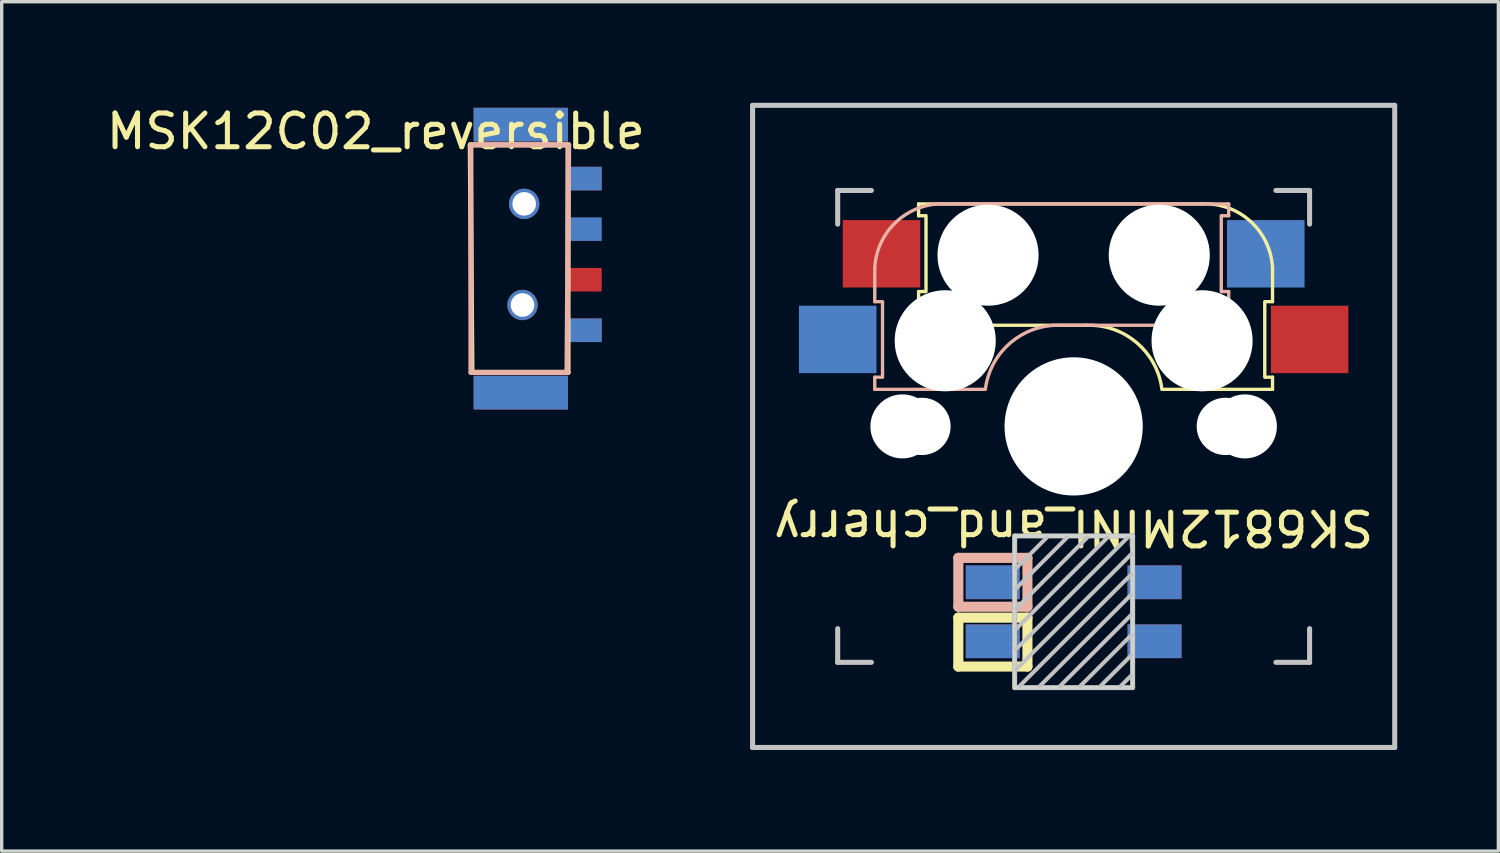
<source format=kicad_pcb>
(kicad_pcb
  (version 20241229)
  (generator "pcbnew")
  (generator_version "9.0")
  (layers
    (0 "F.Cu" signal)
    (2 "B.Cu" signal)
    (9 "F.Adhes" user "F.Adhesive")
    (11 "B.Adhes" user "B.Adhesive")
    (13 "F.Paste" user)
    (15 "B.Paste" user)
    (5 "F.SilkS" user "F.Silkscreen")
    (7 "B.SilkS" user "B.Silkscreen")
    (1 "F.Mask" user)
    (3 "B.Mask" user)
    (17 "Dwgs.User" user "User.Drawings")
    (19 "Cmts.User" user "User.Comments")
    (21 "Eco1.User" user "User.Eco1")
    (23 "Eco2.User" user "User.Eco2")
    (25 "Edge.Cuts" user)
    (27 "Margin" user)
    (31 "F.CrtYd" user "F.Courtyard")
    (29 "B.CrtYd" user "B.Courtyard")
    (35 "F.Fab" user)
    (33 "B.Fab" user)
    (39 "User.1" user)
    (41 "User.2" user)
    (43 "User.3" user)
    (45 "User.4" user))
  (footprint "MSK12C02_reversible"
    (layer "F.Cu")
    (at 11.101 0.748)
    (property "Reference" "MSK12C02_reversible" (at -3 0.1 0) (layer "F.SilkS") (effects (font (size 1 1) (thickness 0.15))))
    (attr through_hole)
    (fp_line (start -0.2 0.5) (end 2.7 0.5) (stroke (width 0.15) (type solid)) (layer "F.SilkS"))
    (fp_line (start -0.15 7.25) (end -0.2 0.5) (stroke (width 0.15) (type solid)) (layer "F.SilkS"))
    (fp_line (start 2.7 0.5) (end 2.7 7.25) (stroke (width 0.15) (type solid)) (layer "F.SilkS"))
    (fp_line (start 2.7 7.25) (end -0.15 7.25) (stroke (width 0.15) (type solid)) (layer "F.SilkS"))
    (fp_line (start -0.18 0.5) (end -0.18 7.25) (stroke (width 0.15) (type solid)) (layer "B.SilkS"))
    (fp_line (start -0.18 7.25) (end 2.67 7.25) (stroke (width 0.15) (type solid)) (layer "B.SilkS"))
    (fp_line (start 2.67 7.25) (end 2.72 0.5) (stroke (width 0.15) (type solid)) (layer "B.SilkS"))
    (fp_line (start 2.72 0.5) (end -0.18 0.5) (stroke (width 0.15) (type solid)) (layer "B.SilkS"))
    (pad "" np_thru_hole circle (at 1.35 5.25) (size 0.9 0.9) (drill 0.7) (layers "*.Cu" "*.Mask"))
    (pad "" np_thru_hole circle (at 1.4 2.25) (size 0.9 0.9) (drill 0.7) (layers "*.Cu" "*.Mask"))
    (pad "1" smd rect (at 3.2 1.5 90) (size 0.7 1) (layers "F.Cu" "F.Mask" "F.Paste"))
    (pad "1" smd rect (at 3.2 6 270) (size 0.7 1) (layers "B.Cu" "B.Mask" "B.Paste"))
    (pad "2" smd rect (at 3.2 3 270) (size 0.7 1) (layers "B.Cu" "B.Mask" "B.Paste"))
    (pad "2" smd rect (at 3.2 4.5 90) (size 0.7 1) (layers "F.Cu" "F.Mask" "F.Paste"))
    (pad "3" smd rect (at 3.2 1.5 270) (size 0.7 1) (layers "B.Cu" "B.Mask" "B.Paste"))
    (pad "3" smd rect (at 3.2 6 90) (size 0.7 1) (layers "F.Cu" "F.Mask" "F.Paste"))
    (pad "NC" smd rect (at 1.3 -0.1) (size 2.8 1) (layers "F.Cu" "F.Mask" "F.Paste"))
    (pad "NC" smd rect (at 1.3 -0.1) (size 2.8 1) (layers "B.Cu" "B.Mask" "B.Paste"))
    (pad "NC" smd rect (at 1.3 7.85) (size 2.8 1) (layers "F.Cu" "F.Mask" "F.Paste"))
    (pad "NC" smd rect (at 1.3 7.85) (size 2.8 1) (layers "B.Cu" "B.Mask" "B.Paste")))
  (footprint "SK6812MINI_and_cherry"
    (layer "F.Cu")
    (at 28.802 9.6)
    (property "Reference" "SK6812MINI_and_cherry" (at 0 3 180) (unlocked yes) (layer "F.SilkS") (effects (font (size 1 1) (thickness 0.15))))
    (attr through_hole)
    (fp_line (start -4.6 -6.6) (end 3.8 -6.6) (stroke (width 0.1) (type solid)) (layer "F.SilkS"))
    (fp_line (start -4.6 -6.25) (end -4.6 -6.6) (stroke (width 0.1) (type solid)) (layer "F.SilkS"))
    (fp_line (start -4.6 -4) (end -4.4 -4) (stroke (width 0.1) (type solid)) (layer "F.SilkS"))
    (fp_line (start -4.6 -3) (end -4.6 -4) (stroke (width 0.1) (type solid)) (layer "F.SilkS"))
    (fp_line (start -4.4 -6.25) (end -4.6 -6.25) (stroke (width 0.1) (type solid)) (layer "F.SilkS"))
    (fp_line (start -4.38 -4) (end -4.38 -6.25) (stroke (width 0.1) (type solid)) (layer "F.SilkS"))
    (fp_line (start -3.421 5.675) (end -1.371 5.675) (stroke (width 0.3) (type solid)) (layer "F.SilkS"))
    (fp_line (start -3.421 7.125) (end -3.421 5.675) (stroke (width 0.3) (type solid)) (layer "F.SilkS"))
    (fp_line (start -1.371 5.675) (end -1.371 7.125) (stroke (width 0.3) (type solid)) (layer "F.SilkS"))
    (fp_line (start -1.371 7.125) (end -3.421 7.125) (stroke (width 0.3) (type solid)) (layer "F.SilkS"))
    (fp_line (start 0.4 -3) (end -4.6 -3) (stroke (width 0.1) (type solid)) (layer "F.SilkS"))
    (fp_line (start 5.67 -3.7) (end 5.67 -1.46) (stroke (width 0.1) (type solid)) (layer "F.SilkS"))
    (fp_line (start 5.7 -1.46) (end 5.9 -1.46) (stroke (width 0.1) (type solid)) (layer "F.SilkS"))
    (fp_line (start 5.9 -4.7) (end 5.9 -3.7) (stroke (width 0.1) (type solid)) (layer "F.SilkS"))
    (fp_line (start 5.9 -3.7) (end 5.7 -3.7) (stroke (width 0.1) (type solid)) (layer "F.SilkS"))
    (fp_line (start 5.9 -1.1) (end 2.62 -1.1) (stroke (width 0.1) (type solid)) (layer "F.SilkS"))
    (fp_line (start 5.9 -1.1) (end 5.9 -1.46) (stroke (width 0.1) (type solid)) (layer "F.SilkS"))
    (fp_arc (start 0.4 -3) (mid 1.868709 -2.486118) (end 2.616318 -1.121471) (stroke (width 0.1) (type solid)) (layer "F.SilkS"))
    (fp_arc (start 3.8 -6.600001) (mid 5.243504 -6.084925) (end 5.900001 -4.7) (stroke (width 0.1) (type solid)) (layer "F.SilkS"))
    (fp_line (start -5.9 -4.7) (end -5.9 -3.7) (stroke (width 0.1) (type solid)) (layer "B.SilkS"))
    (fp_line (start -5.9 -3.7) (end -5.7 -3.7) (stroke (width 0.1) (type solid)) (layer "B.SilkS"))
    (fp_line (start -5.9 -1.1) (end -5.9 -1.46) (stroke (width 0.1) (type solid)) (layer "B.SilkS"))
    (fp_line (start -5.9 -1.1) (end -2.62 -1.1) (stroke (width 0.1) (type solid)) (layer "B.SilkS"))
    (fp_line (start -5.7 -1.46) (end -5.9 -1.46) (stroke (width 0.1) (type solid)) (layer "B.SilkS"))
    (fp_line (start -5.67 -3.7) (end -5.67 -1.46) (stroke (width 0.1) (type solid)) (layer "B.SilkS"))
    (fp_line (start -3.421 3.9) (end -1.371 3.9) (stroke (width 0.3) (type solid)) (layer "B.SilkS"))
    (fp_line (start -3.421 5.35) (end -3.421 3.9) (stroke (width 0.3) (type solid)) (layer "B.SilkS"))
    (fp_line (start -1.371 3.9) (end -1.371 5.35) (stroke (width 0.3) (type solid)) (layer "B.SilkS"))
    (fp_line (start -1.371 5.35) (end -3.421 5.35) (stroke (width 0.3) (type solid)) (layer "B.SilkS"))
    (fp_line (start -0.4 -3) (end 4.6 -3) (stroke (width 0.1) (type solid)) (layer "B.SilkS"))
    (fp_line (start 4.38 -4) (end 4.38 -6.25) (stroke (width 0.1) (type solid)) (layer "B.SilkS"))
    (fp_line (start 4.4 -6.25) (end 4.6 -6.25) (stroke (width 0.1) (type solid)) (layer "B.SilkS"))
    (fp_line (start 4.6 -6.6) (end -3.8 -6.6) (stroke (width 0.1) (type solid)) (layer "B.SilkS"))
    (fp_line (start 4.6 -6.25) (end 4.6 -6.6) (stroke (width 0.1) (type solid)) (layer "B.SilkS"))
    (fp_line (start 4.6 -4) (end 4.4 -4) (stroke (width 0.1) (type solid)) (layer "B.SilkS"))
    (fp_line (start 4.6 -3) (end 4.6 -4) (stroke (width 0.1) (type solid)) (layer "B.SilkS"))
    (fp_arc (start -5.9 -4.699999) (mid -5.243504 -6.084924) (end -3.800001 -6.6) (stroke (width 0.1) (type solid)) (layer "B.SilkS"))
    (fp_arc (start -2.616318 -1.121471) (mid -1.868709 -2.486118) (end -0.4 -3) (stroke (width 0.1) (type solid)) (layer "B.SilkS"))
    (fp_line (start -9.525 -9.525) (end 9.525 -9.525) (stroke (width 0.15) (type solid)) (layer "Dwgs.User"))
    (fp_line (start -9.525 9.525) (end -9.525 -9.525) (stroke (width 0.15) (type solid)) (layer "Dwgs.User"))
    (fp_line (start -7 -7) (end -6 -7) (stroke (width 0.15) (type solid)) (layer "Dwgs.User"))
    (fp_line (start -7 -6) (end -7 -7) (stroke (width 0.15) (type solid)) (layer "Dwgs.User"))
    (fp_line (start -7 6) (end -7 7) (stroke (width 0.15) (type solid)) (layer "Dwgs.User"))
    (fp_line (start -7 7) (end -6 7) (stroke (width 0.15) (type solid)) (layer "Dwgs.User"))
    (fp_line (start -0.8 3.3) (end -1.7 4.2) (stroke (width 0.12) (type solid)) (layer "Dwgs.User"))
    (fp_line (start -0.2 3.3) (end -1.7 4.8) (stroke (width 0.12) (type solid)) (layer "Dwgs.User"))
    (fp_line (start 0.4 3.3) (end -1.7 5.4) (stroke (width 0.12) (type solid)) (layer "Dwgs.User"))
    (fp_line (start 1 3.3) (end -1.7 6) (stroke (width 0.12) (type solid)) (layer "Dwgs.User"))
    (fp_line (start 1.6 3.3) (end -1.7 6.6) (stroke (width 0.12) (type solid)) (layer "Dwgs.User"))
    (fp_line (start 1.7 3.8) (end -1.7 7.2) (stroke (width 0.12) (type solid)) (layer "Dwgs.User"))
    (fp_line (start 1.7 4.4) (end -1.6 7.7) (stroke (width 0.12) (type solid)) (layer "Dwgs.User"))
    (fp_line (start 1.7 5) (end -1 7.7) (stroke (width 0.12) (type solid)) (layer "Dwgs.User"))
    (fp_line (start 1.7 5.6) (end -0.4 7.7) (stroke (width 0.12) (type solid)) (layer "Dwgs.User"))
    (fp_line (start 1.7 6.2) (end 0.2 7.7) (stroke (width 0.12) (type solid)) (layer "Dwgs.User"))
    (fp_line (start 1.7 6.8) (end 0.8 7.7) (stroke (width 0.12) (type solid)) (layer "Dwgs.User"))
    (fp_line (start 1.7 7.4) (end 1.4 7.7) (stroke (width 0.12) (type solid)) (layer "Dwgs.User"))
    (fp_line (start 6 7) (end 7 7) (stroke (width 0.15) (type solid)) (layer "Dwgs.User"))
    (fp_line (start 7 -7) (end 6 -7) (stroke (width 0.15) (type solid)) (layer "Dwgs.User"))
    (fp_line (start 7 -7) (end 7 -6) (stroke (width 0.15) (type solid)) (layer "Dwgs.User"))
    (fp_line (start 7 7) (end 7 6) (stroke (width 0.15) (type solid)) (layer "Dwgs.User"))
    (fp_line (start 9.525 -9.525) (end 9.525 9.525) (stroke (width 0.15) (type solid)) (layer "Dwgs.User"))
    (fp_line (start 9.525 9.525) (end -9.525 9.525) (stroke (width 0.15) (type solid)) (layer "Dwgs.User"))
    (fp_rect (start 1.75 7.75) (end -1.75 3.25) (stroke (width 0.12) (type solid)) (fill no) (layer "Edge.Cuts"))
    (fp_line (start -1.75 3.25) (end -1.75 7.75) (stroke (width 0.15) (type solid)) (layer "F.Fab"))
    (fp_line (start -1.75 3.25) (end 1.75 3.25) (stroke (width 0.15) (type solid)) (layer "F.Fab"))
    (fp_line (start 1.75 3.25) (end 1.75 7.75) (stroke (width 0.15) (type solid)) (layer "F.Fab"))
    (fp_line (start 1.75 7.75) (end -1.75 7.75) (stroke (width 0.15) (type solid)) (layer "F.Fab"))
    (pad "" np_thru_hole circle (at -5.08 0) (size 1.9 1.9) (drill 1.9) (layers "*.Cu" "*.Mask"))
    (pad "" np_thru_hole circle (at -4.5 0) (size 1.7 1.7) (drill 1.7) (layers "*.Cu" "*.Mask"))
    (pad "" np_thru_hole circle (at -3.81 -2.54 180) (size 3 3) (drill 3) (layers "*.Cu" "*.Mask"))
    (pad "" np_thru_hole circle (at -2.54 -5.08 180) (size 3 3) (drill 3) (layers "*.Cu" "*.Mask"))
    (pad "" np_thru_hole circle (at 0 0 90) (size 4.1 4.1) (drill 4.1) (layers "*.Cu" "*.Mask"))
    (pad "" np_thru_hole circle (at 2.54 -5.08 180) (size 3 3) (drill 3) (layers "*.Cu" "*.Mask"))
    (pad "" np_thru_hole circle (at 3.81 -2.54 180) (size 3 3) (drill 3) (layers "*.Cu" "*.Mask"))
    (pad "" np_thru_hole circle (at 4.5 0) (size 1.7 1.7) (drill 1.7) (layers "*.Cu" "*.Mask"))
    (pad "" np_thru_hole circle (at 5.08 0) (size 1.9 1.9) (drill 1.9) (layers "*.Cu" "*.Mask"))
    (pad "1" smd rect (at -2.4 4.625) (size 1.6 1) (layers "B.Cu" "B.Mask" "B.Paste"))
    (pad "1" smd rect (at -2.4 6.375) (size 1.6 1) (layers "F.Cu" "F.Mask" "F.Paste"))
    (pad "2" smd rect (at -2.4 4.625) (size 1.6 1) (layers "F.Cu" "F.Mask" "F.Paste"))
    (pad "2" smd rect (at -2.4 6.375) (size 1.6 1) (layers "B.Cu" "B.Mask" "B.Paste"))
    (pad "3" smd rect (at 2.4 4.625) (size 1.6 1) (layers "F.Cu" "F.Mask" "F.Paste"))
    (pad "3" smd rect (at 2.4 6.375) (size 1.6 1) (layers "B.Cu" "B.Mask" "B.Paste"))
    (pad "4" smd rect (at 2.4 4.625) (size 1.6 1) (layers "B.Cu" "B.Mask" "B.Paste"))
    (pad "4" smd rect (at 2.4 6.375) (size 1.6 1) (layers "F.Cu" "F.Mask" "F.Paste"))
    (pad "5" smd rect (at -7 -2.58 180) (size 2.3 2) (layers "B.Cu" "B.Mask" "B.Paste"))
    (pad "5" smd rect (at 7 -2.58 180) (size 2.3 2) (layers "F.Cu" "F.Mask" "F.Paste"))
    (pad "6" smd rect (at -5.7 -5.12 180) (size 2.3 2) (layers "F.Cu" "F.Mask"))
    (pad "6" smd rect (at 5.7 -5.12 180) (size 2.3 2) (layers "B.Cu" "B.Mask" "B.Paste")))
  (gr_rect
    (start -3 -3)
    (end 41.402 22.2)
    (stroke (width 0.1) (type default))
    (fill no)
    (layer "Edge.Cuts")))
</source>
